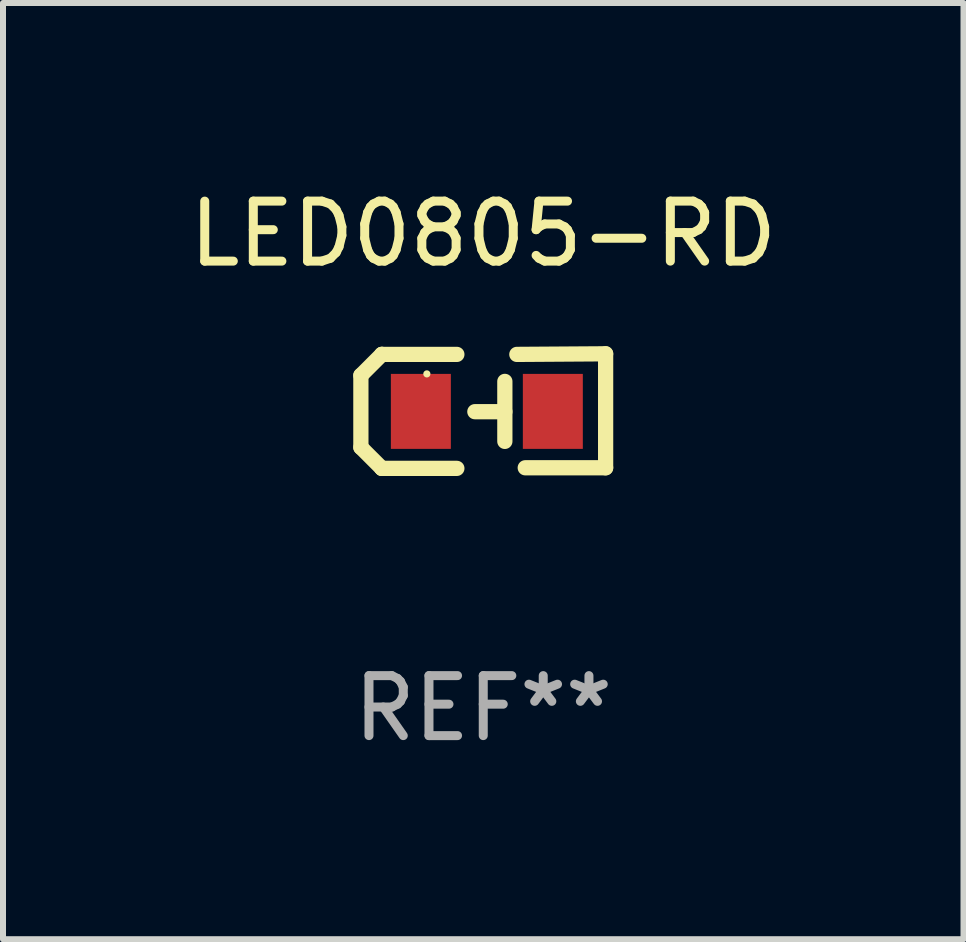
<source format=kicad_pcb>
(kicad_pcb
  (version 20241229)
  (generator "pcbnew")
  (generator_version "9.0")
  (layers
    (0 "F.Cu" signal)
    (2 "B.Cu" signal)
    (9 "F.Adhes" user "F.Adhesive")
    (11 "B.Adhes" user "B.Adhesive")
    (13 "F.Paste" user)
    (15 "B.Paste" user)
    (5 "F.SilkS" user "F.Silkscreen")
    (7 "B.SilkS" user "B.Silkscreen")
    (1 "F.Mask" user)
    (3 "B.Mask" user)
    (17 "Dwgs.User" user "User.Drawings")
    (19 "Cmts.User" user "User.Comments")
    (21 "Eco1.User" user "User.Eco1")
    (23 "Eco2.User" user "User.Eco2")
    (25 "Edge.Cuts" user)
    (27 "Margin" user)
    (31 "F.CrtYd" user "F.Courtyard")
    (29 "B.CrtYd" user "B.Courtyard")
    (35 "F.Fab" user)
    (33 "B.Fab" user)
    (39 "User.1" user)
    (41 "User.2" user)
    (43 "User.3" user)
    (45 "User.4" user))
  (footprint "LED0805-RD"
    (layer "F.Cu")
    (at 5.006 3.803)
    (property "Reference" "LED0805-RD" (at 0 -2.955 0) (layer "F.SilkS") (effects (font (size 1 1) (thickness 0.15))))
    (attr through_hole)
    (fp_line (start -2.04 -0.595) (end -2.04 0.605) (stroke (width 0.254) (type solid)) (layer "F.SilkS"))
    (fp_line (start -1.69 -0.945) (end -1.69 -0.945) (stroke (width 0.254) (type solid)) (layer "F.SilkS"))
    (fp_line (start -1.69 -0.945) (end -2.04 -0.595) (stroke (width 0.254) (type solid)) (layer "F.SilkS"))
    (fp_line (start -1.69 0.955) (end -2.04 0.605) (stroke (width 0.254) (type solid)) (layer "F.SilkS"))
    (fp_line (start -1.69 0.955) (end -1.69 0.955) (stroke (width 0.254) (type solid)) (layer "F.SilkS"))
    (fp_line (start -0.44 -0.945) (end -1.69 -0.945) (stroke (width 0.254) (type solid)) (layer "F.SilkS"))
    (fp_line (start -0.44 0.955) (end -1.69 0.955) (stroke (width 0.254) (type solid)) (layer "F.SilkS"))
    (fp_line (start 0.36 -0.495) (end 0.36 0.505) (stroke (width 0.254) (type solid)) (layer "F.SilkS"))
    (fp_line (start 0.36 0.01) (end -0.14 0.01) (stroke (width 0.254) (type solid)) (layer "F.SilkS"))
    (fp_line (start 0.56 -0.945) (end 2.04 -0.955) (stroke (width 0.254) (type solid)) (layer "F.SilkS"))
    (fp_line (start 0.7 0.945) (end 2.04 0.945) (stroke (width 0.254) (type solid)) (layer "F.SilkS"))
    (fp_line (start 2.04 -0.955) (end 2.04 0.945) (stroke (width 0.254) (type solid)) (layer "F.SilkS"))
    (fp_circle (center -0.94 -0.62) (end -0.91 -0.62) (stroke (width 0.06) (type solid)) (fill no) (layer "F.SilkS"))
    (fp_text user "REF**" (at 0 4.955 0) (layer "F.Fab") (effects (font (size 1 1) (thickness 0.15))))
    (pad "1" smd rect (at -1.04 0.005 180) (size 1 1.25) (layers "F.Cu" "F.Mask" "F.Paste"))
    (pad "2" smd rect (at 1.16 0.005 180) (size 1 1.25) (layers "F.Cu" "F.Mask" "F.Paste")))
  (gr_rect
    (start -3 -3)
    (end 13.012 12.607)
    (stroke (width 0.1) (type default))
    (fill no)
    (layer "Edge.Cuts")))
</source>
